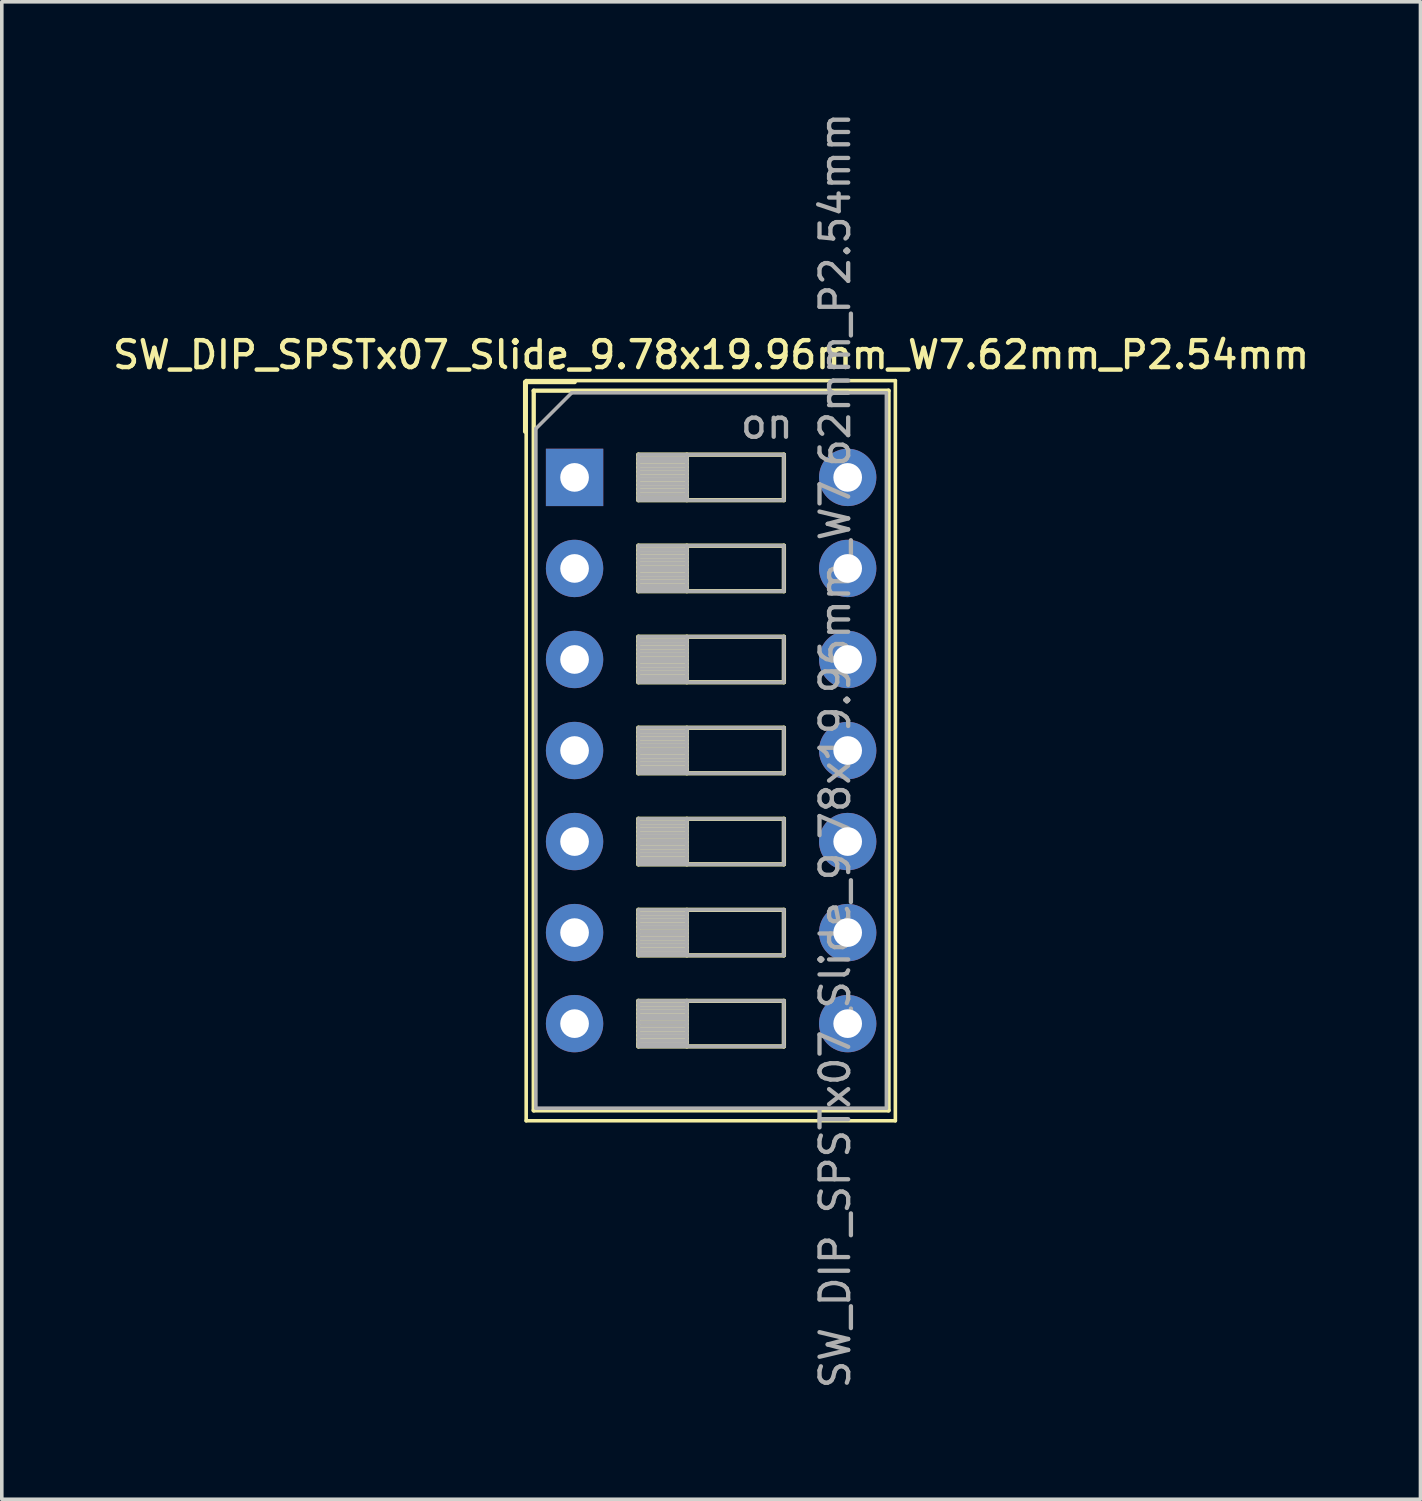
<source format=kicad_pcb>
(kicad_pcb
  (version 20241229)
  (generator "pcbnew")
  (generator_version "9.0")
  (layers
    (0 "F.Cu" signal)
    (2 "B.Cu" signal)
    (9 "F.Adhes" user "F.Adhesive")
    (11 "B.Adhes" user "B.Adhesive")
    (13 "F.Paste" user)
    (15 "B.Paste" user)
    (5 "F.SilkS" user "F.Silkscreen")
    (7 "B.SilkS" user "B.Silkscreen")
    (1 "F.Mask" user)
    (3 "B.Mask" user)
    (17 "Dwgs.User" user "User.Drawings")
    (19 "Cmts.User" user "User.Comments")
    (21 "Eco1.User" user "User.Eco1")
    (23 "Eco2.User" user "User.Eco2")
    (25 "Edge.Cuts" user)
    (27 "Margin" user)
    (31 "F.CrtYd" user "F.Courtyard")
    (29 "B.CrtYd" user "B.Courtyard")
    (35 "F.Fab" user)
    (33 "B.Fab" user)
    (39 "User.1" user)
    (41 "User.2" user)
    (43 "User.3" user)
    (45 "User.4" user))
  (footprint "SW_DIP_SPSTx07_Slide_9.78x19.96mm_W7.62mm_P2.54mm"
    (layer "F.Cu")
    (at 12.981 10.27)
    (property "Reference" "SW_DIP_SPSTx07_Slide_9.78x19.96mm_W7.62mm_P2.54mm" (at 3.81 -3.42 0) (layer "F.SilkS") (effects (font (size 0.75 0.75) (thickness 0.125))))
    (attr through_hole)
    (fp_line (start -1.38 -2.66) (end -1.38 -1.277) (stroke (width 0.12) (type solid)) (layer "F.SilkS"))
    (fp_line (start -1.38 -2.66) (end 0.004 -2.66) (stroke (width 0.12) (type solid)) (layer "F.SilkS"))
    (fp_line (start -1.35 -2.7) (end -1.35 17.95) (stroke (width 0.1) (type solid)) (layer "F.SilkS"))
    (fp_line (start -1.35 17.95) (end 8.95 17.95) (stroke (width 0.1) (type solid)) (layer "F.SilkS"))
    (fp_line (start -1.14 -2.42) (end -1.14 17.661) (stroke (width 0.12) (type solid)) (layer "F.SilkS"))
    (fp_line (start -1.14 -2.42) (end 8.76 -2.42) (stroke (width 0.12) (type solid)) (layer "F.SilkS"))
    (fp_line (start -1.14 17.661) (end 8.76 17.661) (stroke (width 0.12) (type solid)) (layer "F.SilkS"))
    (fp_line (start 1.78 -0.635) (end 1.78 0.635) (stroke (width 0.12) (type solid)) (layer "F.SilkS"))
    (fp_line (start 1.78 -0.515) (end 3.133 -0.515) (stroke (width 0.12) (type solid)) (layer "F.SilkS"))
    (fp_line (start 1.78 -0.395) (end 3.133 -0.395) (stroke (width 0.12) (type solid)) (layer "F.SilkS"))
    (fp_line (start 1.78 -0.275) (end 3.133 -0.275) (stroke (width 0.12) (type solid)) (layer "F.SilkS"))
    (fp_line (start 1.78 -0.155) (end 3.133 -0.155) (stroke (width 0.12) (type solid)) (layer "F.SilkS"))
    (fp_line (start 1.78 -0.035) (end 3.133 -0.035) (stroke (width 0.12) (type solid)) (layer "F.SilkS"))
    (fp_line (start 1.78 0.085) (end 3.133 0.085) (stroke (width 0.12) (type solid)) (layer "F.SilkS"))
    (fp_line (start 1.78 0.205) (end 3.133 0.205) (stroke (width 0.12) (type solid)) (layer "F.SilkS"))
    (fp_line (start 1.78 0.325) (end 3.133 0.325) (stroke (width 0.12) (type solid)) (layer "F.SilkS"))
    (fp_line (start 1.78 0.445) (end 3.133 0.445) (stroke (width 0.12) (type solid)) (layer "F.SilkS"))
    (fp_line (start 1.78 0.565) (end 3.133 0.565) (stroke (width 0.12) (type solid)) (layer "F.SilkS"))
    (fp_line (start 1.78 0.635) (end 5.84 0.635) (stroke (width 0.12) (type solid)) (layer "F.SilkS"))
    (fp_line (start 1.78 1.905) (end 1.78 3.175) (stroke (width 0.12) (type solid)) (layer "F.SilkS"))
    (fp_line (start 1.78 2.025) (end 3.133 2.025) (stroke (width 0.12) (type solid)) (layer "F.SilkS"))
    (fp_line (start 1.78 2.145) (end 3.133 2.145) (stroke (width 0.12) (type solid)) (layer "F.SilkS"))
    (fp_line (start 1.78 2.265) (end 3.133 2.265) (stroke (width 0.12) (type solid)) (layer "F.SilkS"))
    (fp_line (start 1.78 2.385) (end 3.133 2.385) (stroke (width 0.12) (type solid)) (layer "F.SilkS"))
    (fp_line (start 1.78 2.505) (end 3.133 2.505) (stroke (width 0.12) (type solid)) (layer "F.SilkS"))
    (fp_line (start 1.78 2.625) (end 3.133 2.625) (stroke (width 0.12) (type solid)) (layer "F.SilkS"))
    (fp_line (start 1.78 2.745) (end 3.133 2.745) (stroke (width 0.12) (type solid)) (layer "F.SilkS"))
    (fp_line (start 1.78 2.865) (end 3.133 2.865) (stroke (width 0.12) (type solid)) (layer "F.SilkS"))
    (fp_line (start 1.78 2.985) (end 3.133 2.985) (stroke (width 0.12) (type solid)) (layer "F.SilkS"))
    (fp_line (start 1.78 3.105) (end 3.133 3.105) (stroke (width 0.12) (type solid)) (layer "F.SilkS"))
    (fp_line (start 1.78 3.175) (end 5.84 3.175) (stroke (width 0.12) (type solid)) (layer "F.SilkS"))
    (fp_line (start 1.78 4.445) (end 1.78 5.715) (stroke (width 0.12) (type solid)) (layer "F.SilkS"))
    (fp_line (start 1.78 4.565) (end 3.133 4.565) (stroke (width 0.12) (type solid)) (layer "F.SilkS"))
    (fp_line (start 1.78 4.685) (end 3.133 4.685) (stroke (width 0.12) (type solid)) (layer "F.SilkS"))
    (fp_line (start 1.78 4.805) (end 3.133 4.805) (stroke (width 0.12) (type solid)) (layer "F.SilkS"))
    (fp_line (start 1.78 4.925) (end 3.133 4.925) (stroke (width 0.12) (type solid)) (layer "F.SilkS"))
    (fp_line (start 1.78 5.045) (end 3.133 5.045) (stroke (width 0.12) (type solid)) (layer "F.SilkS"))
    (fp_line (start 1.78 5.165) (end 3.133 5.165) (stroke (width 0.12) (type solid)) (layer "F.SilkS"))
    (fp_line (start 1.78 5.285) (end 3.133 5.285) (stroke (width 0.12) (type solid)) (layer "F.SilkS"))
    (fp_line (start 1.78 5.405) (end 3.133 5.405) (stroke (width 0.12) (type solid)) (layer "F.SilkS"))
    (fp_line (start 1.78 5.525) (end 3.133 5.525) (stroke (width 0.12) (type solid)) (layer "F.SilkS"))
    (fp_line (start 1.78 5.645) (end 3.133 5.645) (stroke (width 0.12) (type solid)) (layer "F.SilkS"))
    (fp_line (start 1.78 5.715) (end 5.84 5.715) (stroke (width 0.12) (type solid)) (layer "F.SilkS"))
    (fp_line (start 1.78 6.985) (end 1.78 8.255) (stroke (width 0.12) (type solid)) (layer "F.SilkS"))
    (fp_line (start 1.78 7.105) (end 3.133 7.105) (stroke (width 0.12) (type solid)) (layer "F.SilkS"))
    (fp_line (start 1.78 7.225) (end 3.133 7.225) (stroke (width 0.12) (type solid)) (layer "F.SilkS"))
    (fp_line (start 1.78 7.345) (end 3.133 7.345) (stroke (width 0.12) (type solid)) (layer "F.SilkS"))
    (fp_line (start 1.78 7.465) (end 3.133 7.465) (stroke (width 0.12) (type solid)) (layer "F.SilkS"))
    (fp_line (start 1.78 7.585) (end 3.133 7.585) (stroke (width 0.12) (type solid)) (layer "F.SilkS"))
    (fp_line (start 1.78 7.705) (end 3.133 7.705) (stroke (width 0.12) (type solid)) (layer "F.SilkS"))
    (fp_line (start 1.78 7.825) (end 3.133 7.825) (stroke (width 0.12) (type solid)) (layer "F.SilkS"))
    (fp_line (start 1.78 7.945) (end 3.133 7.945) (stroke (width 0.12) (type solid)) (layer "F.SilkS"))
    (fp_line (start 1.78 8.065) (end 3.133 8.065) (stroke (width 0.12) (type solid)) (layer "F.SilkS"))
    (fp_line (start 1.78 8.185) (end 3.133 8.185) (stroke (width 0.12) (type solid)) (layer "F.SilkS"))
    (fp_line (start 1.78 8.255) (end 5.84 8.255) (stroke (width 0.12) (type solid)) (layer "F.SilkS"))
    (fp_line (start 1.78 9.525) (end 1.78 10.795) (stroke (width 0.12) (type solid)) (layer "F.SilkS"))
    (fp_line (start 1.78 9.645) (end 3.133 9.645) (stroke (width 0.12) (type solid)) (layer "F.SilkS"))
    (fp_line (start 1.78 9.765) (end 3.133 9.765) (stroke (width 0.12) (type solid)) (layer "F.SilkS"))
    (fp_line (start 1.78 9.885) (end 3.133 9.885) (stroke (width 0.12) (type solid)) (layer "F.SilkS"))
    (fp_line (start 1.78 10.005) (end 3.133 10.005) (stroke (width 0.12) (type solid)) (layer "F.SilkS"))
    (fp_line (start 1.78 10.125) (end 3.133 10.125) (stroke (width 0.12) (type solid)) (layer "F.SilkS"))
    (fp_line (start 1.78 10.245) (end 3.133 10.245) (stroke (width 0.12) (type solid)) (layer "F.SilkS"))
    (fp_line (start 1.78 10.365) (end 3.133 10.365) (stroke (width 0.12) (type solid)) (layer "F.SilkS"))
    (fp_line (start 1.78 10.485) (end 3.133 10.485) (stroke (width 0.12) (type solid)) (layer "F.SilkS"))
    (fp_line (start 1.78 10.605) (end 3.133 10.605) (stroke (width 0.12) (type solid)) (layer "F.SilkS"))
    (fp_line (start 1.78 10.725) (end 3.133 10.725) (stroke (width 0.12) (type solid)) (layer "F.SilkS"))
    (fp_line (start 1.78 10.795) (end 5.84 10.795) (stroke (width 0.12) (type solid)) (layer "F.SilkS"))
    (fp_line (start 1.78 12.065) (end 1.78 13.335) (stroke (width 0.12) (type solid)) (layer "F.SilkS"))
    (fp_line (start 1.78 12.185) (end 3.133 12.185) (stroke (width 0.12) (type solid)) (layer "F.SilkS"))
    (fp_line (start 1.78 12.305) (end 3.133 12.305) (stroke (width 0.12) (type solid)) (layer "F.SilkS"))
    (fp_line (start 1.78 12.425) (end 3.133 12.425) (stroke (width 0.12) (type solid)) (layer "F.SilkS"))
    (fp_line (start 1.78 12.545) (end 3.133 12.545) (stroke (width 0.12) (type solid)) (layer "F.SilkS"))
    (fp_line (start 1.78 12.665) (end 3.133 12.665) (stroke (width 0.12) (type solid)) (layer "F.SilkS"))
    (fp_line (start 1.78 12.785) (end 3.133 12.785) (stroke (width 0.12) (type solid)) (layer "F.SilkS"))
    (fp_line (start 1.78 12.905) (end 3.133 12.905) (stroke (width 0.12) (type solid)) (layer "F.SilkS"))
    (fp_line (start 1.78 13.025) (end 3.133 13.025) (stroke (width 0.12) (type solid)) (layer "F.SilkS"))
    (fp_line (start 1.78 13.145) (end 3.133 13.145) (stroke (width 0.12) (type solid)) (layer "F.SilkS"))
    (fp_line (start 1.78 13.265) (end 3.133 13.265) (stroke (width 0.12) (type solid)) (layer "F.SilkS"))
    (fp_line (start 1.78 13.335) (end 5.84 13.335) (stroke (width 0.12) (type solid)) (layer "F.SilkS"))
    (fp_line (start 1.78 14.605) (end 1.78 15.875) (stroke (width 0.12) (type solid)) (layer "F.SilkS"))
    (fp_line (start 1.78 14.725) (end 3.133 14.725) (stroke (width 0.12) (type solid)) (layer "F.SilkS"))
    (fp_line (start 1.78 14.845) (end 3.133 14.845) (stroke (width 0.12) (type solid)) (layer "F.SilkS"))
    (fp_line (start 1.78 14.965) (end 3.133 14.965) (stroke (width 0.12) (type solid)) (layer "F.SilkS"))
    (fp_line (start 1.78 15.085) (end 3.133 15.085) (stroke (width 0.12) (type solid)) (layer "F.SilkS"))
    (fp_line (start 1.78 15.205) (end 3.133 15.205) (stroke (width 0.12) (type solid)) (layer "F.SilkS"))
    (fp_line (start 1.78 15.325) (end 3.133 15.325) (stroke (width 0.12) (type solid)) (layer "F.SilkS"))
    (fp_line (start 1.78 15.445) (end 3.133 15.445) (stroke (width 0.12) (type solid)) (layer "F.SilkS"))
    (fp_line (start 1.78 15.565) (end 3.133 15.565) (stroke (width 0.12) (type solid)) (layer "F.SilkS"))
    (fp_line (start 1.78 15.685) (end 3.133 15.685) (stroke (width 0.12) (type solid)) (layer "F.SilkS"))
    (fp_line (start 1.78 15.805) (end 3.133 15.805) (stroke (width 0.12) (type solid)) (layer "F.SilkS"))
    (fp_line (start 1.78 15.875) (end 5.84 15.875) (stroke (width 0.12) (type solid)) (layer "F.SilkS"))
    (fp_line (start 3.133 -0.635) (end 3.133 0.635) (stroke (width 0.12) (type solid)) (layer "F.SilkS"))
    (fp_line (start 3.133 1.905) (end 3.133 3.175) (stroke (width 0.12) (type solid)) (layer "F.SilkS"))
    (fp_line (start 3.133 4.445) (end 3.133 5.715) (stroke (width 0.12) (type solid)) (layer "F.SilkS"))
    (fp_line (start 3.133 6.985) (end 3.133 8.255) (stroke (width 0.12) (type solid)) (layer "F.SilkS"))
    (fp_line (start 3.133 9.525) (end 3.133 10.795) (stroke (width 0.12) (type solid)) (layer "F.SilkS"))
    (fp_line (start 3.133 12.065) (end 3.133 13.335) (stroke (width 0.12) (type solid)) (layer "F.SilkS"))
    (fp_line (start 3.133 14.605) (end 3.133 15.875) (stroke (width 0.12) (type solid)) (layer "F.SilkS"))
    (fp_line (start 5.84 -0.635) (end 1.78 -0.635) (stroke (width 0.12) (type solid)) (layer "F.SilkS"))
    (fp_line (start 5.84 0.635) (end 5.84 -0.635) (stroke (width 0.12) (type solid)) (layer "F.SilkS"))
    (fp_line (start 5.84 1.905) (end 1.78 1.905) (stroke (width 0.12) (type solid)) (layer "F.SilkS"))
    (fp_line (start 5.84 3.175) (end 5.84 1.905) (stroke (width 0.12) (type solid)) (layer "F.SilkS"))
    (fp_line (start 5.84 4.445) (end 1.78 4.445) (stroke (width 0.12) (type solid)) (layer "F.SilkS"))
    (fp_line (start 5.84 5.715) (end 5.84 4.445) (stroke (width 0.12) (type solid)) (layer "F.SilkS"))
    (fp_line (start 5.84 6.985) (end 1.78 6.985) (stroke (width 0.12) (type solid)) (layer "F.SilkS"))
    (fp_line (start 5.84 8.255) (end 5.84 6.985) (stroke (width 0.12) (type solid)) (layer "F.SilkS"))
    (fp_line (start 5.84 9.525) (end 1.78 9.525) (stroke (width 0.12) (type solid)) (layer "F.SilkS"))
    (fp_line (start 5.84 10.795) (end 5.84 9.525) (stroke (width 0.12) (type solid)) (layer "F.SilkS"))
    (fp_line (start 5.84 12.065) (end 1.78 12.065) (stroke (width 0.12) (type solid)) (layer "F.SilkS"))
    (fp_line (start 5.84 13.335) (end 5.84 12.065) (stroke (width 0.12) (type solid)) (layer "F.SilkS"))
    (fp_line (start 5.84 14.605) (end 1.78 14.605) (stroke (width 0.12) (type solid)) (layer "F.SilkS"))
    (fp_line (start 5.84 15.875) (end 5.84 14.605) (stroke (width 0.12) (type solid)) (layer "F.SilkS"))
    (fp_line (start 8.76 -2.42) (end 8.76 17.661) (stroke (width 0.12) (type solid)) (layer "F.SilkS"))
    (fp_line (start 8.95 -2.7) (end -1.35 -2.7) (stroke (width 0.1) (type solid)) (layer "F.SilkS"))
    (fp_line (start 8.95 17.95) (end 8.95 -2.7) (stroke (width 0.1) (type solid)) (layer "F.SilkS"))
    (fp_line (start -1.08 -1.36) (end -0.08 -2.36) (stroke (width 0.1) (type solid)) (layer "F.Fab"))
    (fp_line (start -1.08 17.6) (end -1.08 -1.36) (stroke (width 0.1) (type solid)) (layer "F.Fab"))
    (fp_line (start -0.08 -2.36) (end 8.7 -2.36) (stroke (width 0.1) (type solid)) (layer "F.Fab"))
    (fp_line (start 1.78 -0.635) (end 1.78 0.635) (stroke (width 0.1) (type solid)) (layer "F.Fab"))
    (fp_line (start 1.78 -0.535) (end 3.133 -0.535) (stroke (width 0.1) (type solid)) (layer "F.Fab"))
    (fp_line (start 1.78 -0.435) (end 3.133 -0.435) (stroke (width 0.1) (type solid)) (layer "F.Fab"))
    (fp_line (start 1.78 -0.335) (end 3.133 -0.335) (stroke (width 0.1) (type solid)) (layer "F.Fab"))
    (fp_line (start 1.78 -0.235) (end 3.133 -0.235) (stroke (width 0.1) (type solid)) (layer "F.Fab"))
    (fp_line (start 1.78 -0.135) (end 3.133 -0.135) (stroke (width 0.1) (type solid)) (layer "F.Fab"))
    (fp_line (start 1.78 -0.035) (end 3.133 -0.035) (stroke (width 0.1) (type solid)) (layer "F.Fab"))
    (fp_line (start 1.78 0.065) (end 3.133 0.065) (stroke (width 0.1) (type solid)) (layer "F.Fab"))
    (fp_line (start 1.78 0.165) (end 3.133 0.165) (stroke (width 0.1) (type solid)) (layer "F.Fab"))
    (fp_line (start 1.78 0.265) (end 3.133 0.265) (stroke (width 0.1) (type solid)) (layer "F.Fab"))
    (fp_line (start 1.78 0.365) (end 3.133 0.365) (stroke (width 0.1) (type solid)) (layer "F.Fab"))
    (fp_line (start 1.78 0.465) (end 3.133 0.465) (stroke (width 0.1) (type solid)) (layer "F.Fab"))
    (fp_line (start 1.78 0.565) (end 3.133 0.565) (stroke (width 0.1) (type solid)) (layer "F.Fab"))
    (fp_line (start 1.78 0.635) (end 5.84 0.635) (stroke (width 0.1) (type solid)) (layer "F.Fab"))
    (fp_line (start 1.78 1.905) (end 1.78 3.175) (stroke (width 0.1) (type solid)) (layer "F.Fab"))
    (fp_line (start 1.78 2.005) (end 3.133 2.005) (stroke (width 0.1) (type solid)) (layer "F.Fab"))
    (fp_line (start 1.78 2.105) (end 3.133 2.105) (stroke (width 0.1) (type solid)) (layer "F.Fab"))
    (fp_line (start 1.78 2.205) (end 3.133 2.205) (stroke (width 0.1) (type solid)) (layer "F.Fab"))
    (fp_line (start 1.78 2.305) (end 3.133 2.305) (stroke (width 0.1) (type solid)) (layer "F.Fab"))
    (fp_line (start 1.78 2.405) (end 3.133 2.405) (stroke (width 0.1) (type solid)) (layer "F.Fab"))
    (fp_line (start 1.78 2.505) (end 3.133 2.505) (stroke (width 0.1) (type solid)) (layer "F.Fab"))
    (fp_line (start 1.78 2.605) (end 3.133 2.605) (stroke (width 0.1) (type solid)) (layer "F.Fab"))
    (fp_line (start 1.78 2.705) (end 3.133 2.705) (stroke (width 0.1) (type solid)) (layer "F.Fab"))
    (fp_line (start 1.78 2.805) (end 3.133 2.805) (stroke (width 0.1) (type solid)) (layer "F.Fab"))
    (fp_line (start 1.78 2.905) (end 3.133 2.905) (stroke (width 0.1) (type solid)) (layer "F.Fab"))
    (fp_line (start 1.78 3.005) (end 3.133 3.005) (stroke (width 0.1) (type solid)) (layer "F.Fab"))
    (fp_line (start 1.78 3.105) (end 3.133 3.105) (stroke (width 0.1) (type solid)) (layer "F.Fab"))
    (fp_line (start 1.78 3.175) (end 5.84 3.175) (stroke (width 0.1) (type solid)) (layer "F.Fab"))
    (fp_line (start 1.78 4.445) (end 1.78 5.715) (stroke (width 0.1) (type solid)) (layer "F.Fab"))
    (fp_line (start 1.78 4.545) (end 3.133 4.545) (stroke (width 0.1) (type solid)) (layer "F.Fab"))
    (fp_line (start 1.78 4.645) (end 3.133 4.645) (stroke (width 0.1) (type solid)) (layer "F.Fab"))
    (fp_line (start 1.78 4.745) (end 3.133 4.745) (stroke (width 0.1) (type solid)) (layer "F.Fab"))
    (fp_line (start 1.78 4.845) (end 3.133 4.845) (stroke (width 0.1) (type solid)) (layer "F.Fab"))
    (fp_line (start 1.78 4.945) (end 3.133 4.945) (stroke (width 0.1) (type solid)) (layer "F.Fab"))
    (fp_line (start 1.78 5.045) (end 3.133 5.045) (stroke (width 0.1) (type solid)) (layer "F.Fab"))
    (fp_line (start 1.78 5.145) (end 3.133 5.145) (stroke (width 0.1) (type solid)) (layer "F.Fab"))
    (fp_line (start 1.78 5.245) (end 3.133 5.245) (stroke (width 0.1) (type solid)) (layer "F.Fab"))
    (fp_line (start 1.78 5.345) (end 3.133 5.345) (stroke (width 0.1) (type solid)) (layer "F.Fab"))
    (fp_line (start 1.78 5.445) (end 3.133 5.445) (stroke (width 0.1) (type solid)) (layer "F.Fab"))
    (fp_line (start 1.78 5.545) (end 3.133 5.545) (stroke (width 0.1) (type solid)) (layer "F.Fab"))
    (fp_line (start 1.78 5.645) (end 3.133 5.645) (stroke (width 0.1) (type solid)) (layer "F.Fab"))
    (fp_line (start 1.78 5.715) (end 5.84 5.715) (stroke (width 0.1) (type solid)) (layer "F.Fab"))
    (fp_line (start 1.78 6.985) (end 1.78 8.255) (stroke (width 0.1) (type solid)) (layer "F.Fab"))
    (fp_line (start 1.78 7.085) (end 3.133 7.085) (stroke (width 0.1) (type solid)) (layer "F.Fab"))
    (fp_line (start 1.78 7.185) (end 3.133 7.185) (stroke (width 0.1) (type solid)) (layer "F.Fab"))
    (fp_line (start 1.78 7.285) (end 3.133 7.285) (stroke (width 0.1) (type solid)) (layer "F.Fab"))
    (fp_line (start 1.78 7.385) (end 3.133 7.385) (stroke (width 0.1) (type solid)) (layer "F.Fab"))
    (fp_line (start 1.78 7.485) (end 3.133 7.485) (stroke (width 0.1) (type solid)) (layer "F.Fab"))
    (fp_line (start 1.78 7.585) (end 3.133 7.585) (stroke (width 0.1) (type solid)) (layer "F.Fab"))
    (fp_line (start 1.78 7.685) (end 3.133 7.685) (stroke (width 0.1) (type solid)) (layer "F.Fab"))
    (fp_line (start 1.78 7.785) (end 3.133 7.785) (stroke (width 0.1) (type solid)) (layer "F.Fab"))
    (fp_line (start 1.78 7.885) (end 3.133 7.885) (stroke (width 0.1) (type solid)) (layer "F.Fab"))
    (fp_line (start 1.78 7.985) (end 3.133 7.985) (stroke (width 0.1) (type solid)) (layer "F.Fab"))
    (fp_line (start 1.78 8.085) (end 3.133 8.085) (stroke (width 0.1) (type solid)) (layer "F.Fab"))
    (fp_line (start 1.78 8.185) (end 3.133 8.185) (stroke (width 0.1) (type solid)) (layer "F.Fab"))
    (fp_line (start 1.78 8.255) (end 5.84 8.255) (stroke (width 0.1) (type solid)) (layer "F.Fab"))
    (fp_line (start 1.78 9.525) (end 1.78 10.795) (stroke (width 0.1) (type solid)) (layer "F.Fab"))
    (fp_line (start 1.78 9.625) (end 3.133 9.625) (stroke (width 0.1) (type solid)) (layer "F.Fab"))
    (fp_line (start 1.78 9.725) (end 3.133 9.725) (stroke (width 0.1) (type solid)) (layer "F.Fab"))
    (fp_line (start 1.78 9.825) (end 3.133 9.825) (stroke (width 0.1) (type solid)) (layer "F.Fab"))
    (fp_line (start 1.78 9.925) (end 3.133 9.925) (stroke (width 0.1) (type solid)) (layer "F.Fab"))
    (fp_line (start 1.78 10.025) (end 3.133 10.025) (stroke (width 0.1) (type solid)) (layer "F.Fab"))
    (fp_line (start 1.78 10.125) (end 3.133 10.125) (stroke (width 0.1) (type solid)) (layer "F.Fab"))
    (fp_line (start 1.78 10.225) (end 3.133 10.225) (stroke (width 0.1) (type solid)) (layer "F.Fab"))
    (fp_line (start 1.78 10.325) (end 3.133 10.325) (stroke (width 0.1) (type solid)) (layer "F.Fab"))
    (fp_line (start 1.78 10.425) (end 3.133 10.425) (stroke (width 0.1) (type solid)) (layer "F.Fab"))
    (fp_line (start 1.78 10.525) (end 3.133 10.525) (stroke (width 0.1) (type solid)) (layer "F.Fab"))
    (fp_line (start 1.78 10.625) (end 3.133 10.625) (stroke (width 0.1) (type solid)) (layer "F.Fab"))
    (fp_line (start 1.78 10.725) (end 3.133 10.725) (stroke (width 0.1) (type solid)) (layer "F.Fab"))
    (fp_line (start 1.78 10.795) (end 5.84 10.795) (stroke (width 0.1) (type solid)) (layer "F.Fab"))
    (fp_line (start 1.78 12.065) (end 1.78 13.335) (stroke (width 0.1) (type solid)) (layer "F.Fab"))
    (fp_line (start 1.78 12.165) (end 3.133 12.165) (stroke (width 0.1) (type solid)) (layer "F.Fab"))
    (fp_line (start 1.78 12.265) (end 3.133 12.265) (stroke (width 0.1) (type solid)) (layer "F.Fab"))
    (fp_line (start 1.78 12.365) (end 3.133 12.365) (stroke (width 0.1) (type solid)) (layer "F.Fab"))
    (fp_line (start 1.78 12.465) (end 3.133 12.465) (stroke (width 0.1) (type solid)) (layer "F.Fab"))
    (fp_line (start 1.78 12.565) (end 3.133 12.565) (stroke (width 0.1) (type solid)) (layer "F.Fab"))
    (fp_line (start 1.78 12.665) (end 3.133 12.665) (stroke (width 0.1) (type solid)) (layer "F.Fab"))
    (fp_line (start 1.78 12.765) (end 3.133 12.765) (stroke (width 0.1) (type solid)) (layer "F.Fab"))
    (fp_line (start 1.78 12.865) (end 3.133 12.865) (stroke (width 0.1) (type solid)) (layer "F.Fab"))
    (fp_line (start 1.78 12.965) (end 3.133 12.965) (stroke (width 0.1) (type solid)) (layer "F.Fab"))
    (fp_line (start 1.78 13.065) (end 3.133 13.065) (stroke (width 0.1) (type solid)) (layer "F.Fab"))
    (fp_line (start 1.78 13.165) (end 3.133 13.165) (stroke (width 0.1) (type solid)) (layer "F.Fab"))
    (fp_line (start 1.78 13.265) (end 3.133 13.265) (stroke (width 0.1) (type solid)) (layer "F.Fab"))
    (fp_line (start 1.78 13.335) (end 5.84 13.335) (stroke (width 0.1) (type solid)) (layer "F.Fab"))
    (fp_line (start 1.78 14.605) (end 1.78 15.875) (stroke (width 0.1) (type solid)) (layer "F.Fab"))
    (fp_line (start 1.78 14.705) (end 3.133 14.705) (stroke (width 0.1) (type solid)) (layer "F.Fab"))
    (fp_line (start 1.78 14.805) (end 3.133 14.805) (stroke (width 0.1) (type solid)) (layer "F.Fab"))
    (fp_line (start 1.78 14.905) (end 3.133 14.905) (stroke (width 0.1) (type solid)) (layer "F.Fab"))
    (fp_line (start 1.78 15.005) (end 3.133 15.005) (stroke (width 0.1) (type solid)) (layer "F.Fab"))
    (fp_line (start 1.78 15.105) (end 3.133 15.105) (stroke (width 0.1) (type solid)) (layer "F.Fab"))
    (fp_line (start 1.78 15.205) (end 3.133 15.205) (stroke (width 0.1) (type solid)) (layer "F.Fab"))
    (fp_line (start 1.78 15.305) (end 3.133 15.305) (stroke (width 0.1) (type solid)) (layer "F.Fab"))
    (fp_line (start 1.78 15.405) (end 3.133 15.405) (stroke (width 0.1) (type solid)) (layer "F.Fab"))
    (fp_line (start 1.78 15.505) (end 3.133 15.505) (stroke (width 0.1) (type solid)) (layer "F.Fab"))
    (fp_line (start 1.78 15.605) (end 3.133 15.605) (stroke (width 0.1) (type solid)) (layer "F.Fab"))
    (fp_line (start 1.78 15.705) (end 3.133 15.705) (stroke (width 0.1) (type solid)) (layer "F.Fab"))
    (fp_line (start 1.78 15.805) (end 3.133 15.805) (stroke (width 0.1) (type solid)) (layer "F.Fab"))
    (fp_line (start 1.78 15.875) (end 5.84 15.875) (stroke (width 0.1) (type solid)) (layer "F.Fab"))
    (fp_line (start 3.133 -0.635) (end 3.133 0.635) (stroke (width 0.1) (type solid)) (layer "F.Fab"))
    (fp_line (start 3.133 1.905) (end 3.133 3.175) (stroke (width 0.1) (type solid)) (layer "F.Fab"))
    (fp_line (start 3.133 4.445) (end 3.133 5.715) (stroke (width 0.1) (type solid)) (layer "F.Fab"))
    (fp_line (start 3.133 6.985) (end 3.133 8.255) (stroke (width 0.1) (type solid)) (layer "F.Fab"))
    (fp_line (start 3.133 9.525) (end 3.133 10.795) (stroke (width 0.1) (type solid)) (layer "F.Fab"))
    (fp_line (start 3.133 12.065) (end 3.133 13.335) (stroke (width 0.1) (type solid)) (layer "F.Fab"))
    (fp_line (start 3.133 14.605) (end 3.133 15.875) (stroke (width 0.1) (type solid)) (layer "F.Fab"))
    (fp_line (start 5.84 -0.635) (end 1.78 -0.635) (stroke (width 0.1) (type solid)) (layer "F.Fab"))
    (fp_line (start 5.84 0.635) (end 5.84 -0.635) (stroke (width 0.1) (type solid)) (layer "F.Fab"))
    (fp_line (start 5.84 1.905) (end 1.78 1.905) (stroke (width 0.1) (type solid)) (layer "F.Fab"))
    (fp_line (start 5.84 3.175) (end 5.84 1.905) (stroke (width 0.1) (type solid)) (layer "F.Fab"))
    (fp_line (start 5.84 4.445) (end 1.78 4.445) (stroke (width 0.1) (type solid)) (layer "F.Fab"))
    (fp_line (start 5.84 5.715) (end 5.84 4.445) (stroke (width 0.1) (type solid)) (layer "F.Fab"))
    (fp_line (start 5.84 6.985) (end 1.78 6.985) (stroke (width 0.1) (type solid)) (layer "F.Fab"))
    (fp_line (start 5.84 8.255) (end 5.84 6.985) (stroke (width 0.1) (type solid)) (layer "F.Fab"))
    (fp_line (start 5.84 9.525) (end 1.78 9.525) (stroke (width 0.1) (type solid)) (layer "F.Fab"))
    (fp_line (start 5.84 10.795) (end 5.84 9.525) (stroke (width 0.1) (type solid)) (layer "F.Fab"))
    (fp_line (start 5.84 12.065) (end 1.78 12.065) (stroke (width 0.1) (type solid)) (layer "F.Fab"))
    (fp_line (start 5.84 13.335) (end 5.84 12.065) (stroke (width 0.1) (type solid)) (layer "F.Fab"))
    (fp_line (start 5.84 14.605) (end 1.78 14.605) (stroke (width 0.1) (type solid)) (layer "F.Fab"))
    (fp_line (start 5.84 15.875) (end 5.84 14.605) (stroke (width 0.1) (type solid)) (layer "F.Fab"))
    (fp_line (start 8.7 -2.36) (end 8.7 17.6) (stroke (width 0.1) (type solid)) (layer "F.Fab"))
    (fp_line (start 8.7 17.6) (end -1.08 17.6) (stroke (width 0.1) (type solid)) (layer "F.Fab"))
    (fp_text user "on" (at 5.365 -1.498 0) (layer "F.Fab") (effects (font (size 0.8 0.8) (thickness 0.12))))
    (fp_text user "${REFERENCE}" (at 7.27 7.62 90) (layer "F.Fab") (effects (font (size 0.8 0.8) (thickness 0.12))))
    (pad "1" thru_hole rect (at 0 0) (size 1.6 1.6) (drill 0.8) (layers "*.Cu" "*.Mask"))
    (pad "2" thru_hole oval (at 0 2.54) (size 1.6 1.6) (drill 0.8) (layers "*.Cu" "*.Mask"))
    (pad "3" thru_hole oval (at 0 5.08) (size 1.6 1.6) (drill 0.8) (layers "*.Cu" "*.Mask"))
    (pad "4" thru_hole oval (at 0 7.62) (size 1.6 1.6) (drill 0.8) (layers "*.Cu" "*.Mask"))
    (pad "5" thru_hole oval (at 0 10.16) (size 1.6 1.6) (drill 0.8) (layers "*.Cu" "*.Mask"))
    (pad "6" thru_hole oval (at 0 12.7) (size 1.6 1.6) (drill 0.8) (layers "*.Cu" "*.Mask"))
    (pad "7" thru_hole oval (at 0 15.24) (size 1.6 1.6) (drill 0.8) (layers "*.Cu" "*.Mask"))
    (pad "8" thru_hole oval (at 7.62 15.24) (size 1.6 1.6) (drill 0.8) (layers "*.Cu" "*.Mask"))
    (pad "9" thru_hole oval (at 7.62 12.7) (size 1.6 1.6) (drill 0.8) (layers "*.Cu" "*.Mask"))
    (pad "10" thru_hole oval (at 7.62 10.16) (size 1.6 1.6) (drill 0.8) (layers "*.Cu" "*.Mask"))
    (pad "11" thru_hole oval (at 7.62 7.62) (size 1.6 1.6) (drill 0.8) (layers "*.Cu" "*.Mask"))
    (pad "12" thru_hole oval (at 7.62 5.08) (size 1.6 1.6) (drill 0.8) (layers "*.Cu" "*.Mask"))
    (pad "13" thru_hole oval (at 7.62 2.54) (size 1.6 1.6) (drill 0.8) (layers "*.Cu" "*.Mask"))
    (pad "14" thru_hole oval (at 7.62 0) (size 1.6 1.6) (drill 0.8) (layers "*.Cu" "*.Mask")))
  (gr_rect
    (start -3 -3)
    (end 36.582 38.781)
    (stroke (width 0.1) (type default))
    (fill no)
    (layer "Edge.Cuts")))
</source>
